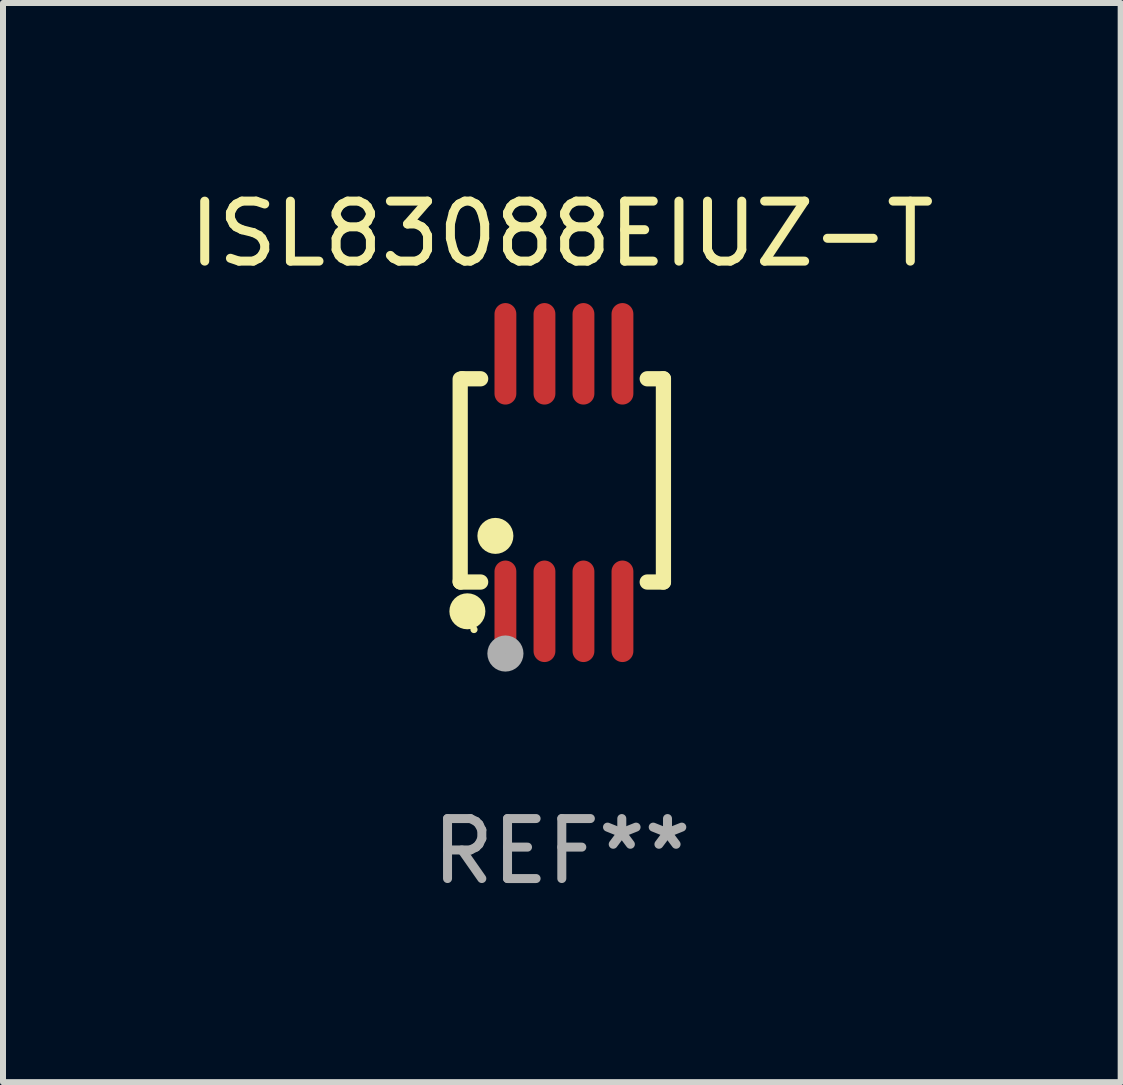
<source format=kicad_pcb>
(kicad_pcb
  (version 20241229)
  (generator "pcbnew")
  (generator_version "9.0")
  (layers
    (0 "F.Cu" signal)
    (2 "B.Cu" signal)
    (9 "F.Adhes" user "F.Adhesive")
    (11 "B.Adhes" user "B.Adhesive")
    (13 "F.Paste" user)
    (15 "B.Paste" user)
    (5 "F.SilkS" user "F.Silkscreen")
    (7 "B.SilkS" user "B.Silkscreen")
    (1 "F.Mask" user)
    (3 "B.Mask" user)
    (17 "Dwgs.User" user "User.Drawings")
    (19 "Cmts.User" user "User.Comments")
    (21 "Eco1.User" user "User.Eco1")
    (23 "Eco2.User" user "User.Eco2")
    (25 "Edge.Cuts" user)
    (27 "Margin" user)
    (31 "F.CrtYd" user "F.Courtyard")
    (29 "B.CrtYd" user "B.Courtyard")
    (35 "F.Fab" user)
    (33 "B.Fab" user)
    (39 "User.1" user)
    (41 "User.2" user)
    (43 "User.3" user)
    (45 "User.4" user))
  (footprint "ISL83088EIUZ-T"
    (layer "F.Cu")
    (at 6.315 4.994)
    (property "Reference" "ISL83088EIUZ-T" (at 0 -4.146 0) (layer "F.SilkS") (effects (font (size 1 1) (thickness 0.15))))
    (attr through_hole)
    (fp_line (start -1.694 -1.724) (end -1.694 1.652) (stroke (width 0.254) (type solid)) (layer "F.SilkS"))
    (fp_line (start -1.694 1.652) (end -1.688 1.658) (stroke (width 0.254) (type solid)) (layer "F.SilkS"))
    (fp_line (start -1.688 1.658) (end -1.353 1.658) (stroke (width 0.254) (type solid)) (layer "F.SilkS"))
    (fp_line (start -1.661 -1.73) (end -1.681 -1.71) (stroke (width 0.254) (type solid)) (layer "F.SilkS"))
    (fp_line (start -1.353 -1.73) (end -1.661 -1.73) (stroke (width 0.254) (type solid)) (layer "F.SilkS"))
    (fp_line (start 1.424 1.658) (end 1.694 1.658) (stroke (width 0.254) (type solid)) (layer "F.SilkS"))
    (fp_line (start 1.694 -1.73) (end 1.424 -1.73) (stroke (width 0.254) (type solid)) (layer "F.SilkS"))
    (fp_line (start 1.694 1.658) (end 1.694 -1.73) (stroke (width 0.254) (type solid)) (layer "F.SilkS"))
    (fp_circle (center -1.574 2.146) (end -1.424 2.146) (stroke (width 0.3) (type solid)) (fill no) (layer "F.SilkS"))
    (fp_circle (center -1.464 2.45) (end -1.434 2.45) (stroke (width 0.06) (type solid)) (fill no) (layer "F.SilkS"))
    (fp_circle (center -1.107 0.889) (end -0.957 0.889) (stroke (width 0.3) (type solid)) (fill no) (layer "F.SilkS"))
    (fp_circle (center -0.94 2.85) (end -0.789 2.85) (stroke (width 0.3) (type solid)) (fill no) (layer "F.Fab"))
    (fp_text user "REF**" (at 0 6.146 0) (layer "F.Fab") (effects (font (size 1 1) (thickness 0.15))))
    (pad "1" smd oval (at -0.94 2.146) (size 0.364 1.692) (layers "F.Cu" "F.Mask" "F.Paste"))
    (pad "2" smd oval (at -0.289 2.146) (size 0.364 1.692) (layers "F.Cu" "F.Mask" "F.Paste"))
    (pad "3" smd oval (at 0.361 2.146) (size 0.364 1.692) (layers "F.Cu" "F.Mask" "F.Paste"))
    (pad "4" smd oval (at 1.011 2.146) (size 0.364 1.692) (layers "F.Cu" "F.Mask" "F.Paste"))
    (pad "5" smd oval (at 1.011 -2.146) (size 0.364 1.692) (layers "F.Cu" "F.Mask" "F.Paste"))
    (pad "6" smd oval (at 0.361 -2.146) (size 0.364 1.692) (layers "F.Cu" "F.Mask" "F.Paste"))
    (pad "7" smd oval (at -0.289 -2.146) (size 0.364 1.692) (layers "F.Cu" "F.Mask" "F.Paste"))
    (pad "8" smd oval (at -0.94 -2.146) (size 0.364 1.692) (layers "F.Cu" "F.Mask" "F.Paste")))
  (gr_rect
    (start -3 -3)
    (end 15.631 14.989)
    (stroke (width 0.1) (type default))
    (fill no)
    (layer "Edge.Cuts")))
</source>
